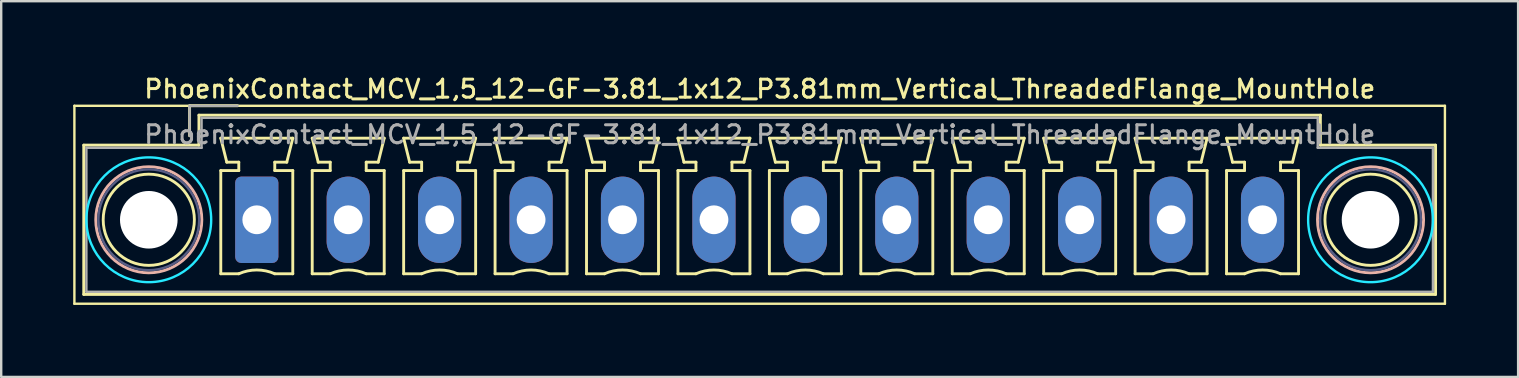
<source format=kicad_pcb>
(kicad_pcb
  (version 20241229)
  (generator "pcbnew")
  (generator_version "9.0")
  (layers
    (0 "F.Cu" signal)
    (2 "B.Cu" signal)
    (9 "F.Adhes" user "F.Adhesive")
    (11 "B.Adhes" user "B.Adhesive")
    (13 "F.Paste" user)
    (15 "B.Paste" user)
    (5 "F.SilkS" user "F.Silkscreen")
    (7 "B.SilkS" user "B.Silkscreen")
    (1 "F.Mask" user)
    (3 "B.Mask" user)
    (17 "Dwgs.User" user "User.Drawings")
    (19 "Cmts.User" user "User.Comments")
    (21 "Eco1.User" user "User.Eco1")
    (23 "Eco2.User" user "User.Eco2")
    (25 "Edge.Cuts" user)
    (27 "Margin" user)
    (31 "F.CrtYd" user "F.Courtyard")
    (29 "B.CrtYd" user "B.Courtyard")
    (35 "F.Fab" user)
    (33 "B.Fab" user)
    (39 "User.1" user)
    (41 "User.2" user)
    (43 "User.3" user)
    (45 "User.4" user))
  (footprint "PhoenixContact_MCV_1,5_12-GF-3.81_1x12_P3.81mm_Vertical_ThreadedFlange_MountHole"
    (layer "F.Cu")
    (at 7.65 6.108)
    (property "Reference" "PhoenixContact_MCV_1,5_12-GF-3.81_1x12_P3.81mm_Vertical_ThreadedFlange_MountHole" (at 20.96 -5.45 0) (layer "F.SilkS") (effects (font (size 0.75 0.75) (thickness 0.125))))
    (attr through_hole)
    (fp_line (start -7.6 -4.75) (end -7.6 3.5) (stroke (width 0.1) (type solid)) (layer "F.SilkS"))
    (fp_line (start -7.6 3.5) (end 49.51 3.5) (stroke (width 0.1) (type solid)) (layer "F.SilkS"))
    (fp_line (start -7.21 -3.11) (end -7.21 3.11) (stroke (width 0.12) (type solid)) (layer "F.SilkS"))
    (fp_line (start -7.21 3.11) (end 49.12 3.11) (stroke (width 0.12) (type solid)) (layer "F.SilkS"))
    (fp_line (start -2.8 -4.75) (end -0.8 -4.75) (stroke (width 0.12) (type solid)) (layer "F.SilkS"))
    (fp_line (start -2.8 -3.5) (end -2.8 -4.75) (stroke (width 0.12) (type solid)) (layer "F.SilkS"))
    (fp_line (start -2.41 -4.36) (end -2.41 -3.11) (stroke (width 0.12) (type solid)) (layer "F.SilkS"))
    (fp_line (start -2.41 -3.11) (end -7.21 -3.11) (stroke (width 0.12) (type solid)) (layer "F.SilkS"))
    (fp_line (start -1.5 -3.4) (end 1.5 -3.4) (stroke (width 0.12) (type solid)) (layer "F.SilkS"))
    (fp_line (start -1.5 -2.05) (end -0.75 -2.05) (stroke (width 0.12) (type solid)) (layer "F.SilkS"))
    (fp_line (start -1.5 2.25) (end -1.5 -2.05) (stroke (width 0.12) (type solid)) (layer "F.SilkS"))
    (fp_line (start -1.25 -2.4) (end -1.5 -3.4) (stroke (width 0.12) (type solid)) (layer "F.SilkS"))
    (fp_line (start -0.75 -2.4) (end -1.25 -2.4) (stroke (width 0.12) (type solid)) (layer "F.SilkS"))
    (fp_line (start -0.75 -2.05) (end -0.75 -2.4) (stroke (width 0.12) (type solid)) (layer "F.SilkS"))
    (fp_line (start -0.75 2.25) (end -1.5 2.25) (stroke (width 0.12) (type solid)) (layer "F.SilkS"))
    (fp_line (start 0.75 -2.4) (end 0.75 -2.05) (stroke (width 0.12) (type solid)) (layer "F.SilkS"))
    (fp_line (start 0.75 -2.05) (end 1.5 -2.05) (stroke (width 0.12) (type solid)) (layer "F.SilkS"))
    (fp_line (start 1.25 -2.4) (end 0.75 -2.4) (stroke (width 0.12) (type solid)) (layer "F.SilkS"))
    (fp_line (start 1.5 -3.4) (end 1.25 -2.4) (stroke (width 0.12) (type solid)) (layer "F.SilkS"))
    (fp_line (start 1.5 -2.05) (end 1.5 2.25) (stroke (width 0.12) (type solid)) (layer "F.SilkS"))
    (fp_line (start 1.5 2.25) (end 0.75 2.25) (stroke (width 0.12) (type solid)) (layer "F.SilkS"))
    (fp_line (start 2.31 -3.4) (end 5.31 -3.4) (stroke (width 0.12) (type solid)) (layer "F.SilkS"))
    (fp_line (start 2.31 -2.05) (end 3.06 -2.05) (stroke (width 0.12) (type solid)) (layer "F.SilkS"))
    (fp_line (start 2.31 2.25) (end 2.31 -2.05) (stroke (width 0.12) (type solid)) (layer "F.SilkS"))
    (fp_line (start 2.56 -2.4) (end 2.31 -3.4) (stroke (width 0.12) (type solid)) (layer "F.SilkS"))
    (fp_line (start 3.06 -2.4) (end 2.56 -2.4) (stroke (width 0.12) (type solid)) (layer "F.SilkS"))
    (fp_line (start 3.06 -2.05) (end 3.06 -2.4) (stroke (width 0.12) (type solid)) (layer "F.SilkS"))
    (fp_line (start 3.06 2.25) (end 2.31 2.25) (stroke (width 0.12) (type solid)) (layer "F.SilkS"))
    (fp_line (start 4.56 -2.4) (end 4.56 -2.05) (stroke (width 0.12) (type solid)) (layer "F.SilkS"))
    (fp_line (start 4.56 -2.05) (end 5.31 -2.05) (stroke (width 0.12) (type solid)) (layer "F.SilkS"))
    (fp_line (start 5.06 -2.4) (end 4.56 -2.4) (stroke (width 0.12) (type solid)) (layer "F.SilkS"))
    (fp_line (start 5.31 -3.4) (end 5.06 -2.4) (stroke (width 0.12) (type solid)) (layer "F.SilkS"))
    (fp_line (start 5.31 -2.05) (end 5.31 2.25) (stroke (width 0.12) (type solid)) (layer "F.SilkS"))
    (fp_line (start 5.31 2.25) (end 4.56 2.25) (stroke (width 0.12) (type solid)) (layer "F.SilkS"))
    (fp_line (start 6.12 -3.4) (end 9.12 -3.4) (stroke (width 0.12) (type solid)) (layer "F.SilkS"))
    (fp_line (start 6.12 -2.05) (end 6.87 -2.05) (stroke (width 0.12) (type solid)) (layer "F.SilkS"))
    (fp_line (start 6.12 2.25) (end 6.12 -2.05) (stroke (width 0.12) (type solid)) (layer "F.SilkS"))
    (fp_line (start 6.37 -2.4) (end 6.12 -3.4) (stroke (width 0.12) (type solid)) (layer "F.SilkS"))
    (fp_line (start 6.87 -2.4) (end 6.37 -2.4) (stroke (width 0.12) (type solid)) (layer "F.SilkS"))
    (fp_line (start 6.87 -2.05) (end 6.87 -2.4) (stroke (width 0.12) (type solid)) (layer "F.SilkS"))
    (fp_line (start 6.87 2.25) (end 6.12 2.25) (stroke (width 0.12) (type solid)) (layer "F.SilkS"))
    (fp_line (start 8.37 -2.4) (end 8.37 -2.05) (stroke (width 0.12) (type solid)) (layer "F.SilkS"))
    (fp_line (start 8.37 -2.05) (end 9.12 -2.05) (stroke (width 0.12) (type solid)) (layer "F.SilkS"))
    (fp_line (start 8.87 -2.4) (end 8.37 -2.4) (stroke (width 0.12) (type solid)) (layer "F.SilkS"))
    (fp_line (start 9.12 -3.4) (end 8.87 -2.4) (stroke (width 0.12) (type solid)) (layer "F.SilkS"))
    (fp_line (start 9.12 -2.05) (end 9.12 2.25) (stroke (width 0.12) (type solid)) (layer "F.SilkS"))
    (fp_line (start 9.12 2.25) (end 8.37 2.25) (stroke (width 0.12) (type solid)) (layer "F.SilkS"))
    (fp_line (start 9.93 -3.4) (end 12.93 -3.4) (stroke (width 0.12) (type solid)) (layer "F.SilkS"))
    (fp_line (start 9.93 -2.05) (end 10.68 -2.05) (stroke (width 0.12) (type solid)) (layer "F.SilkS"))
    (fp_line (start 9.93 2.25) (end 9.93 -2.05) (stroke (width 0.12) (type solid)) (layer "F.SilkS"))
    (fp_line (start 10.18 -2.4) (end 9.93 -3.4) (stroke (width 0.12) (type solid)) (layer "F.SilkS"))
    (fp_line (start 10.68 -2.4) (end 10.18 -2.4) (stroke (width 0.12) (type solid)) (layer "F.SilkS"))
    (fp_line (start 10.68 -2.05) (end 10.68 -2.4) (stroke (width 0.12) (type solid)) (layer "F.SilkS"))
    (fp_line (start 10.68 2.25) (end 9.93 2.25) (stroke (width 0.12) (type solid)) (layer "F.SilkS"))
    (fp_line (start 12.18 -2.4) (end 12.18 -2.05) (stroke (width 0.12) (type solid)) (layer "F.SilkS"))
    (fp_line (start 12.18 -2.05) (end 12.93 -2.05) (stroke (width 0.12) (type solid)) (layer "F.SilkS"))
    (fp_line (start 12.68 -2.4) (end 12.18 -2.4) (stroke (width 0.12) (type solid)) (layer "F.SilkS"))
    (fp_line (start 12.93 -3.4) (end 12.68 -2.4) (stroke (width 0.12) (type solid)) (layer "F.SilkS"))
    (fp_line (start 12.93 -2.05) (end 12.93 2.25) (stroke (width 0.12) (type solid)) (layer "F.SilkS"))
    (fp_line (start 12.93 2.25) (end 12.18 2.25) (stroke (width 0.12) (type solid)) (layer "F.SilkS"))
    (fp_line (start 13.74 -3.4) (end 16.74 -3.4) (stroke (width 0.12) (type solid)) (layer "F.SilkS"))
    (fp_line (start 13.74 -2.05) (end 14.49 -2.05) (stroke (width 0.12) (type solid)) (layer "F.SilkS"))
    (fp_line (start 13.74 2.25) (end 13.74 -2.05) (stroke (width 0.12) (type solid)) (layer "F.SilkS"))
    (fp_line (start 13.99 -2.4) (end 13.74 -3.4) (stroke (width 0.12) (type solid)) (layer "F.SilkS"))
    (fp_line (start 14.49 -2.4) (end 13.99 -2.4) (stroke (width 0.12) (type solid)) (layer "F.SilkS"))
    (fp_line (start 14.49 -2.05) (end 14.49 -2.4) (stroke (width 0.12) (type solid)) (layer "F.SilkS"))
    (fp_line (start 14.49 2.25) (end 13.74 2.25) (stroke (width 0.12) (type solid)) (layer "F.SilkS"))
    (fp_line (start 15.99 -2.4) (end 15.99 -2.05) (stroke (width 0.12) (type solid)) (layer "F.SilkS"))
    (fp_line (start 15.99 -2.05) (end 16.74 -2.05) (stroke (width 0.12) (type solid)) (layer "F.SilkS"))
    (fp_line (start 16.49 -2.4) (end 15.99 -2.4) (stroke (width 0.12) (type solid)) (layer "F.SilkS"))
    (fp_line (start 16.74 -3.4) (end 16.49 -2.4) (stroke (width 0.12) (type solid)) (layer "F.SilkS"))
    (fp_line (start 16.74 -2.05) (end 16.74 2.25) (stroke (width 0.12) (type solid)) (layer "F.SilkS"))
    (fp_line (start 16.74 2.25) (end 15.99 2.25) (stroke (width 0.12) (type solid)) (layer "F.SilkS"))
    (fp_line (start 17.55 -3.4) (end 20.55 -3.4) (stroke (width 0.12) (type solid)) (layer "F.SilkS"))
    (fp_line (start 17.55 -2.05) (end 18.3 -2.05) (stroke (width 0.12) (type solid)) (layer "F.SilkS"))
    (fp_line (start 17.55 2.25) (end 17.55 -2.05) (stroke (width 0.12) (type solid)) (layer "F.SilkS"))
    (fp_line (start 17.8 -2.4) (end 17.55 -3.4) (stroke (width 0.12) (type solid)) (layer "F.SilkS"))
    (fp_line (start 18.3 -2.4) (end 17.8 -2.4) (stroke (width 0.12) (type solid)) (layer "F.SilkS"))
    (fp_line (start 18.3 -2.05) (end 18.3 -2.4) (stroke (width 0.12) (type solid)) (layer "F.SilkS"))
    (fp_line (start 18.3 2.25) (end 17.55 2.25) (stroke (width 0.12) (type solid)) (layer "F.SilkS"))
    (fp_line (start 19.8 -2.4) (end 19.8 -2.05) (stroke (width 0.12) (type solid)) (layer "F.SilkS"))
    (fp_line (start 19.8 -2.05) (end 20.55 -2.05) (stroke (width 0.12) (type solid)) (layer "F.SilkS"))
    (fp_line (start 20.3 -2.4) (end 19.8 -2.4) (stroke (width 0.12) (type solid)) (layer "F.SilkS"))
    (fp_line (start 20.55 -3.4) (end 20.3 -2.4) (stroke (width 0.12) (type solid)) (layer "F.SilkS"))
    (fp_line (start 20.55 -2.05) (end 20.55 2.25) (stroke (width 0.12) (type solid)) (layer "F.SilkS"))
    (fp_line (start 20.55 2.25) (end 19.8 2.25) (stroke (width 0.12) (type solid)) (layer "F.SilkS"))
    (fp_line (start 21.36 -3.4) (end 24.36 -3.4) (stroke (width 0.12) (type solid)) (layer "F.SilkS"))
    (fp_line (start 21.36 -2.05) (end 22.11 -2.05) (stroke (width 0.12) (type solid)) (layer "F.SilkS"))
    (fp_line (start 21.36 2.25) (end 21.36 -2.05) (stroke (width 0.12) (type solid)) (layer "F.SilkS"))
    (fp_line (start 21.61 -2.4) (end 21.36 -3.4) (stroke (width 0.12) (type solid)) (layer "F.SilkS"))
    (fp_line (start 22.11 -2.4) (end 21.61 -2.4) (stroke (width 0.12) (type solid)) (layer "F.SilkS"))
    (fp_line (start 22.11 -2.05) (end 22.11 -2.4) (stroke (width 0.12) (type solid)) (layer "F.SilkS"))
    (fp_line (start 22.11 2.25) (end 21.36 2.25) (stroke (width 0.12) (type solid)) (layer "F.SilkS"))
    (fp_line (start 23.61 -2.4) (end 23.61 -2.05) (stroke (width 0.12) (type solid)) (layer "F.SilkS"))
    (fp_line (start 23.61 -2.05) (end 24.36 -2.05) (stroke (width 0.12) (type solid)) (layer "F.SilkS"))
    (fp_line (start 24.11 -2.4) (end 23.61 -2.4) (stroke (width 0.12) (type solid)) (layer "F.SilkS"))
    (fp_line (start 24.36 -3.4) (end 24.11 -2.4) (stroke (width 0.12) (type solid)) (layer "F.SilkS"))
    (fp_line (start 24.36 -2.05) (end 24.36 2.25) (stroke (width 0.12) (type solid)) (layer "F.SilkS"))
    (fp_line (start 24.36 2.25) (end 23.61 2.25) (stroke (width 0.12) (type solid)) (layer "F.SilkS"))
    (fp_line (start 25.17 -3.4) (end 28.17 -3.4) (stroke (width 0.12) (type solid)) (layer "F.SilkS"))
    (fp_line (start 25.17 -2.05) (end 25.92 -2.05) (stroke (width 0.12) (type solid)) (layer "F.SilkS"))
    (fp_line (start 25.17 2.25) (end 25.17 -2.05) (stroke (width 0.12) (type solid)) (layer "F.SilkS"))
    (fp_line (start 25.42 -2.4) (end 25.17 -3.4) (stroke (width 0.12) (type solid)) (layer "F.SilkS"))
    (fp_line (start 25.92 -2.4) (end 25.42 -2.4) (stroke (width 0.12) (type solid)) (layer "F.SilkS"))
    (fp_line (start 25.92 -2.05) (end 25.92 -2.4) (stroke (width 0.12) (type solid)) (layer "F.SilkS"))
    (fp_line (start 25.92 2.25) (end 25.17 2.25) (stroke (width 0.12) (type solid)) (layer "F.SilkS"))
    (fp_line (start 27.42 -2.4) (end 27.42 -2.05) (stroke (width 0.12) (type solid)) (layer "F.SilkS"))
    (fp_line (start 27.42 -2.05) (end 28.17 -2.05) (stroke (width 0.12) (type solid)) (layer "F.SilkS"))
    (fp_line (start 27.92 -2.4) (end 27.42 -2.4) (stroke (width 0.12) (type solid)) (layer "F.SilkS"))
    (fp_line (start 28.17 -3.4) (end 27.92 -2.4) (stroke (width 0.12) (type solid)) (layer "F.SilkS"))
    (fp_line (start 28.17 -2.05) (end 28.17 2.25) (stroke (width 0.12) (type solid)) (layer "F.SilkS"))
    (fp_line (start 28.17 2.25) (end 27.42 2.25) (stroke (width 0.12) (type solid)) (layer "F.SilkS"))
    (fp_line (start 28.98 -3.4) (end 31.98 -3.4) (stroke (width 0.12) (type solid)) (layer "F.SilkS"))
    (fp_line (start 28.98 -2.05) (end 29.73 -2.05) (stroke (width 0.12) (type solid)) (layer "F.SilkS"))
    (fp_line (start 28.98 2.25) (end 28.98 -2.05) (stroke (width 0.12) (type solid)) (layer "F.SilkS"))
    (fp_line (start 29.23 -2.4) (end 28.98 -3.4) (stroke (width 0.12) (type solid)) (layer "F.SilkS"))
    (fp_line (start 29.73 -2.4) (end 29.23 -2.4) (stroke (width 0.12) (type solid)) (layer "F.SilkS"))
    (fp_line (start 29.73 -2.05) (end 29.73 -2.4) (stroke (width 0.12) (type solid)) (layer "F.SilkS"))
    (fp_line (start 29.73 2.25) (end 28.98 2.25) (stroke (width 0.12) (type solid)) (layer "F.SilkS"))
    (fp_line (start 31.23 -2.4) (end 31.23 -2.05) (stroke (width 0.12) (type solid)) (layer "F.SilkS"))
    (fp_line (start 31.23 -2.05) (end 31.98 -2.05) (stroke (width 0.12) (type solid)) (layer "F.SilkS"))
    (fp_line (start 31.73 -2.4) (end 31.23 -2.4) (stroke (width 0.12) (type solid)) (layer "F.SilkS"))
    (fp_line (start 31.98 -3.4) (end 31.73 -2.4) (stroke (width 0.12) (type solid)) (layer "F.SilkS"))
    (fp_line (start 31.98 -2.05) (end 31.98 2.25) (stroke (width 0.12) (type solid)) (layer "F.SilkS"))
    (fp_line (start 31.98 2.25) (end 31.23 2.25) (stroke (width 0.12) (type solid)) (layer "F.SilkS"))
    (fp_line (start 32.79 -3.4) (end 35.79 -3.4) (stroke (width 0.12) (type solid)) (layer "F.SilkS"))
    (fp_line (start 32.79 -2.05) (end 33.54 -2.05) (stroke (width 0.12) (type solid)) (layer "F.SilkS"))
    (fp_line (start 32.79 2.25) (end 32.79 -2.05) (stroke (width 0.12) (type solid)) (layer "F.SilkS"))
    (fp_line (start 33.04 -2.4) (end 32.79 -3.4) (stroke (width 0.12) (type solid)) (layer "F.SilkS"))
    (fp_line (start 33.54 -2.4) (end 33.04 -2.4) (stroke (width 0.12) (type solid)) (layer "F.SilkS"))
    (fp_line (start 33.54 -2.05) (end 33.54 -2.4) (stroke (width 0.12) (type solid)) (layer "F.SilkS"))
    (fp_line (start 33.54 2.25) (end 32.79 2.25) (stroke (width 0.12) (type solid)) (layer "F.SilkS"))
    (fp_line (start 35.04 -2.4) (end 35.04 -2.05) (stroke (width 0.12) (type solid)) (layer "F.SilkS"))
    (fp_line (start 35.04 -2.05) (end 35.79 -2.05) (stroke (width 0.12) (type solid)) (layer "F.SilkS"))
    (fp_line (start 35.54 -2.4) (end 35.04 -2.4) (stroke (width 0.12) (type solid)) (layer "F.SilkS"))
    (fp_line (start 35.79 -3.4) (end 35.54 -2.4) (stroke (width 0.12) (type solid)) (layer "F.SilkS"))
    (fp_line (start 35.79 -2.05) (end 35.79 2.25) (stroke (width 0.12) (type solid)) (layer "F.SilkS"))
    (fp_line (start 35.79 2.25) (end 35.04 2.25) (stroke (width 0.12) (type solid)) (layer "F.SilkS"))
    (fp_line (start 36.6 -3.4) (end 39.6 -3.4) (stroke (width 0.12) (type solid)) (layer "F.SilkS"))
    (fp_line (start 36.6 -2.05) (end 37.35 -2.05) (stroke (width 0.12) (type solid)) (layer "F.SilkS"))
    (fp_line (start 36.6 2.25) (end 36.6 -2.05) (stroke (width 0.12) (type solid)) (layer "F.SilkS"))
    (fp_line (start 36.85 -2.4) (end 36.6 -3.4) (stroke (width 0.12) (type solid)) (layer "F.SilkS"))
    (fp_line (start 37.35 -2.4) (end 36.85 -2.4) (stroke (width 0.12) (type solid)) (layer "F.SilkS"))
    (fp_line (start 37.35 -2.05) (end 37.35 -2.4) (stroke (width 0.12) (type solid)) (layer "F.SilkS"))
    (fp_line (start 37.35 2.25) (end 36.6 2.25) (stroke (width 0.12) (type solid)) (layer "F.SilkS"))
    (fp_line (start 38.85 -2.4) (end 38.85 -2.05) (stroke (width 0.12) (type solid)) (layer "F.SilkS"))
    (fp_line (start 38.85 -2.05) (end 39.6 -2.05) (stroke (width 0.12) (type solid)) (layer "F.SilkS"))
    (fp_line (start 39.35 -2.4) (end 38.85 -2.4) (stroke (width 0.12) (type solid)) (layer "F.SilkS"))
    (fp_line (start 39.6 -3.4) (end 39.35 -2.4) (stroke (width 0.12) (type solid)) (layer "F.SilkS"))
    (fp_line (start 39.6 -2.05) (end 39.6 2.25) (stroke (width 0.12) (type solid)) (layer "F.SilkS"))
    (fp_line (start 39.6 2.25) (end 38.85 2.25) (stroke (width 0.12) (type solid)) (layer "F.SilkS"))
    (fp_line (start 40.41 -3.4) (end 43.41 -3.4) (stroke (width 0.12) (type solid)) (layer "F.SilkS"))
    (fp_line (start 40.41 -2.05) (end 41.16 -2.05) (stroke (width 0.12) (type solid)) (layer "F.SilkS"))
    (fp_line (start 40.41 2.25) (end 40.41 -2.05) (stroke (width 0.12) (type solid)) (layer "F.SilkS"))
    (fp_line (start 40.66 -2.4) (end 40.41 -3.4) (stroke (width 0.12) (type solid)) (layer "F.SilkS"))
    (fp_line (start 41.16 -2.4) (end 40.66 -2.4) (stroke (width 0.12) (type solid)) (layer "F.SilkS"))
    (fp_line (start 41.16 -2.05) (end 41.16 -2.4) (stroke (width 0.12) (type solid)) (layer "F.SilkS"))
    (fp_line (start 41.16 2.25) (end 40.41 2.25) (stroke (width 0.12) (type solid)) (layer "F.SilkS"))
    (fp_line (start 42.66 -2.4) (end 42.66 -2.05) (stroke (width 0.12) (type solid)) (layer "F.SilkS"))
    (fp_line (start 42.66 -2.05) (end 43.41 -2.05) (stroke (width 0.12) (type solid)) (layer "F.SilkS"))
    (fp_line (start 43.16 -2.4) (end 42.66 -2.4) (stroke (width 0.12) (type solid)) (layer "F.SilkS"))
    (fp_line (start 43.41 -3.4) (end 43.16 -2.4) (stroke (width 0.12) (type solid)) (layer "F.SilkS"))
    (fp_line (start 43.41 -2.05) (end 43.41 2.25) (stroke (width 0.12) (type solid)) (layer "F.SilkS"))
    (fp_line (start 43.41 2.25) (end 42.66 2.25) (stroke (width 0.12) (type solid)) (layer "F.SilkS"))
    (fp_line (start 44.32 -4.36) (end -2.41 -4.36) (stroke (width 0.12) (type solid)) (layer "F.SilkS"))
    (fp_line (start 44.32 -3.11) (end 44.32 -4.36) (stroke (width 0.12) (type solid)) (layer "F.SilkS"))
    (fp_line (start 49.12 -3.11) (end 44.32 -3.11) (stroke (width 0.12) (type solid)) (layer "F.SilkS"))
    (fp_line (start 49.12 3.11) (end 49.12 -3.11) (stroke (width 0.12) (type solid)) (layer "F.SilkS"))
    (fp_line (start 49.51 -4.75) (end -7.6 -4.75) (stroke (width 0.1) (type solid)) (layer "F.SilkS"))
    (fp_line (start 49.51 3.5) (end 49.51 -4.75) (stroke (width 0.1) (type solid)) (layer "F.SilkS"))
    (fp_arc (start -0.75 2.25) (mid -0.000193 2.09191) (end 0.749647 2.249844) (stroke (width 0.12) (type solid)) (layer "F.SilkS"))
    (fp_arc (start 3.06 2.25) (mid 3.809807 2.09191) (end 4.559647 2.249844) (stroke (width 0.12) (type solid)) (layer "F.SilkS"))
    (fp_arc (start 6.87 2.25) (mid 7.619807 2.09191) (end 8.369647 2.249844) (stroke (width 0.12) (type solid)) (layer "F.SilkS"))
    (fp_arc (start 10.68 2.25) (mid 11.429807 2.09191) (end 12.179647 2.249844) (stroke (width 0.12) (type solid)) (layer "F.SilkS"))
    (fp_arc (start 14.49 2.25) (mid 15.239807 2.09191) (end 15.989647 2.249844) (stroke (width 0.12) (type solid)) (layer "F.SilkS"))
    (fp_arc (start 18.3 2.25) (mid 19.049807 2.09191) (end 19.799647 2.249844) (stroke (width 0.12) (type solid)) (layer "F.SilkS"))
    (fp_arc (start 22.11 2.25) (mid 22.859807 2.09191) (end 23.609647 2.249844) (stroke (width 0.12) (type solid)) (layer "F.SilkS"))
    (fp_arc (start 25.92 2.25) (mid 26.669807 2.09191) (end 27.419647 2.249844) (stroke (width 0.12) (type solid)) (layer "F.SilkS"))
    (fp_arc (start 29.73 2.25) (mid 30.479807 2.09191) (end 31.229647 2.249844) (stroke (width 0.12) (type solid)) (layer "F.SilkS"))
    (fp_arc (start 33.54 2.25) (mid 34.289807 2.09191) (end 35.039647 2.249844) (stroke (width 0.12) (type solid)) (layer "F.SilkS"))
    (fp_arc (start 37.35 2.25) (mid 38.099807 2.09191) (end 38.849647 2.249844) (stroke (width 0.12) (type solid)) (layer "F.SilkS"))
    (fp_arc (start 41.16 2.25) (mid 41.909807 2.09191) (end 42.659647 2.249844) (stroke (width 0.12) (type solid)) (layer "F.SilkS"))
    (fp_circle (center -4.5 0) (end -2.6 0) (stroke (width 0.12) (type solid)) (fill no) (layer "F.SilkS"))
    (fp_circle (center 46.41 0) (end 48.31 0) (stroke (width 0.12) (type solid)) (fill no) (layer "F.SilkS"))
    (fp_circle (center -4.5 0) (end -2.29 0) (stroke (width 0.12) (type solid)) (fill no) (layer "B.SilkS"))
    (fp_circle (center 46.41 0) (end 48.62 0) (stroke (width 0.12) (type solid)) (fill no) (layer "B.SilkS"))
    (fp_circle (center -4.5 0) (end -1.9 0) (stroke (width 0.1) (type solid)) (fill no) (layer "B.CrtYd"))
    (fp_circle (center 46.41 0) (end 49.01 0) (stroke (width 0.1) (type solid)) (fill no) (layer "B.CrtYd"))
    (fp_circle (center -4.5 0) (end -2.4 0) (stroke (width 0.1) (type solid)) (fill no) (layer "B.Fab"))
    (fp_circle (center 46.41 0) (end 48.51 0) (stroke (width 0.1) (type solid)) (fill no) (layer "B.Fab"))
    (fp_line (start -7.1 -3) (end -7.1 3) (stroke (width 0.1) (type solid)) (layer "F.Fab"))
    (fp_line (start -7.1 3) (end 49.01 3) (stroke (width 0.1) (type solid)) (layer "F.Fab"))
    (fp_line (start -2.8 -4.75) (end -0.8 -4.75) (stroke (width 0.1) (type solid)) (layer "F.Fab"))
    (fp_line (start -2.8 -3.5) (end -2.8 -4.75) (stroke (width 0.1) (type solid)) (layer "F.Fab"))
    (fp_line (start -2.3 -4.25) (end -2.3 -3) (stroke (width 0.1) (type solid)) (layer "F.Fab"))
    (fp_line (start -2.3 -3) (end -7.1 -3) (stroke (width 0.1) (type solid)) (layer "F.Fab"))
    (fp_line (start 44.21 -4.25) (end -2.3 -4.25) (stroke (width 0.1) (type solid)) (layer "F.Fab"))
    (fp_line (start 44.21 -3) (end 44.21 -4.25) (stroke (width 0.1) (type solid)) (layer "F.Fab"))
    (fp_line (start 49.01 -3) (end 44.21 -3) (stroke (width 0.1) (type solid)) (layer "F.Fab"))
    (fp_line (start 49.01 3) (end 49.01 -3) (stroke (width 0.1) (type solid)) (layer "F.Fab"))
    (fp_text user "${REFERENCE}" (at 20.96 -3.55 0) (layer "F.Fab") (effects (font (size 0.75 0.75) (thickness 0.125))))
    (pad "" np_thru_hole circle (at -4.5 0) (size 2.4 2.4) (drill 2.4) (layers "*.Cu" "*.Mask"))
    (pad "" np_thru_hole circle (at 46.41 0) (size 2.4 2.4) (drill 2.4) (layers "*.Cu" "*.Mask"))
    (pad "1" thru_hole roundrect (at 0 0) (size 1.8 3.6) (drill 1.2) (layers "*.Cu" "*.Mask") (roundrect_rratio 0.139))
    (pad "2" thru_hole oval (at 3.81 0) (size 1.8 3.6) (drill 1.2) (layers "*.Cu" "*.Mask"))
    (pad "3" thru_hole oval (at 7.62 0) (size 1.8 3.6) (drill 1.2) (layers "*.Cu" "*.Mask"))
    (pad "4" thru_hole oval (at 11.43 0) (size 1.8 3.6) (drill 1.2) (layers "*.Cu" "*.Mask"))
    (pad "5" thru_hole oval (at 15.24 0) (size 1.8 3.6) (drill 1.2) (layers "*.Cu" "*.Mask"))
    (pad "6" thru_hole oval (at 19.05 0) (size 1.8 3.6) (drill 1.2) (layers "*.Cu" "*.Mask"))
    (pad "7" thru_hole oval (at 22.86 0) (size 1.8 3.6) (drill 1.2) (layers "*.Cu" "*.Mask"))
    (pad "8" thru_hole oval (at 26.67 0) (size 1.8 3.6) (drill 1.2) (layers "*.Cu" "*.Mask"))
    (pad "9" thru_hole oval (at 30.48 0) (size 1.8 3.6) (drill 1.2) (layers "*.Cu" "*.Mask"))
    (pad "10" thru_hole oval (at 34.29 0) (size 1.8 3.6) (drill 1.2) (layers "*.Cu" "*.Mask"))
    (pad "11" thru_hole oval (at 38.1 0) (size 1.8 3.6) (drill 1.2) (layers "*.Cu" "*.Mask"))
    (pad "12" thru_hole oval (at 41.91 0) (size 1.8 3.6) (drill 1.2) (layers "*.Cu" "*.Mask")))
  (gr_rect
    (start -3 -3)
    (end 60.21 12.658)
    (stroke (width 0.1) (type default))
    (fill no)
    (layer "Edge.Cuts")))
</source>
